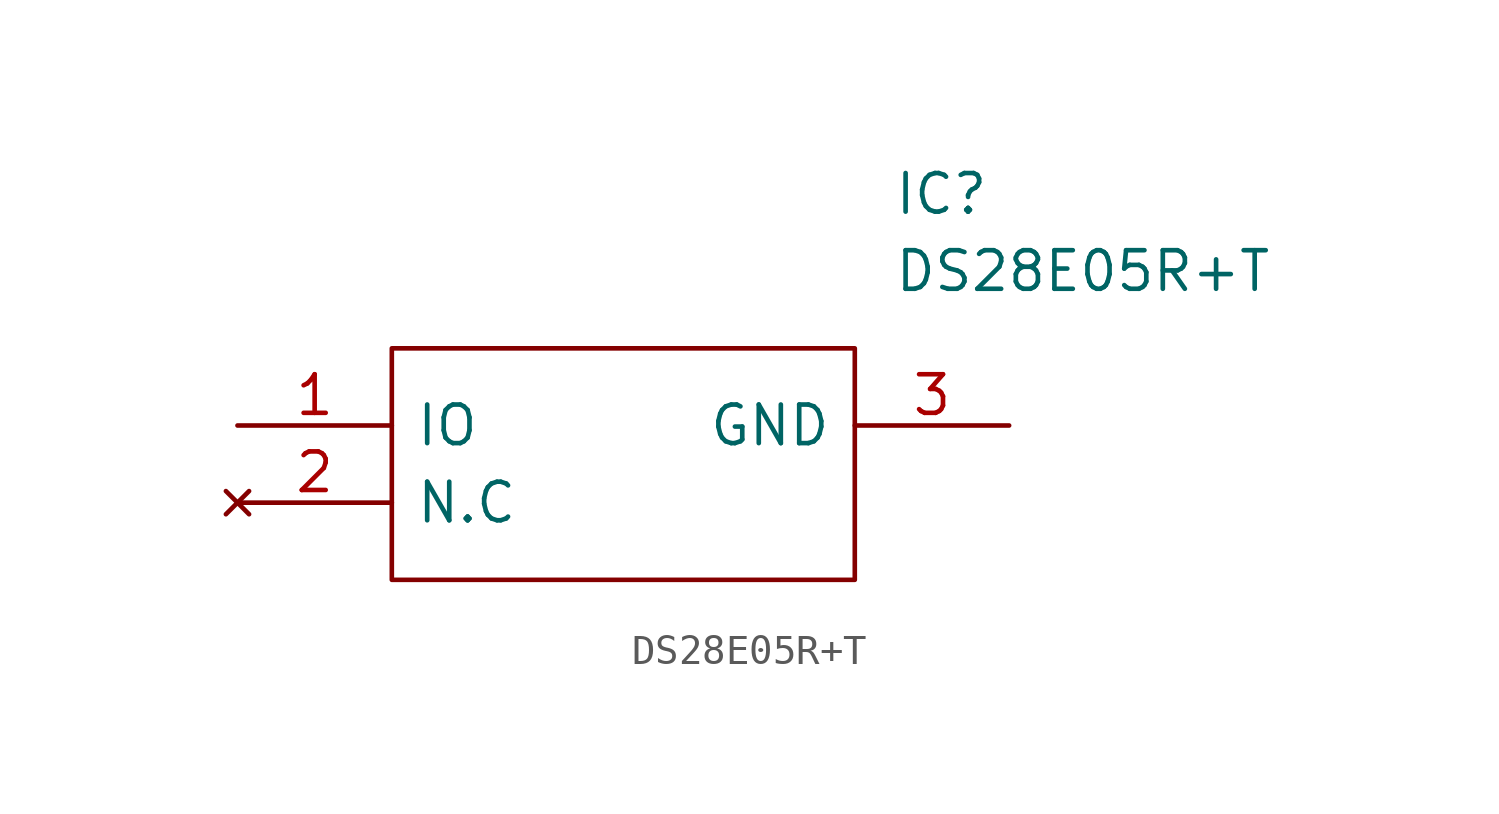
<source format=kicad_sym>
(kicad_symbol_lib
  (version 20211014)
  (generator kicad_symbol_editor)
  (symbol "DS28E05R+T"
    (pin_names
      (offset 0.762))
    (property "Reference" "IC"
      (at 21.59 7.62 0)
      (effects (font (size 1.27 1.27)) (justify left)))
    (property "Value" "DS28E05R+T"
      (at 21.59 5.08 0)
      (effects (font (size 1.27 1.27)) (justify left)))
    (symbol "DS28E05R+T_0_0"
      (pin bidirectional line (at 0 0 0) (length 5.08) (name "IO" (effects (font (size 1.27 1.27)))) (number "1" (effects (font (size 1.27 1.27)))))
      (pin no_connect line (at 0 -2.54 0) (length 5.08) (name "N.C" (effects (font (size 1.27 1.27)))) (number "2" (effects (font (size 1.27 1.27)))))
      (pin power_in line (at 25.4 0 180) (length 5.08) (name "GND" (effects (font (size 1.27 1.27)))) (number "3" (effects (font (size 1.27 1.27))))))
    (symbol "DS28E05R+T_0_1"
      (polyline (pts (xy 5.08 2.54) (xy 20.32 2.54) (xy 20.32 -5.08) (xy 5.08 -5.08) (xy 5.08 2.54)) (stroke (width 0.152) (type default) (color 0 0 0 0)) (fill (type none))))))
</source>
